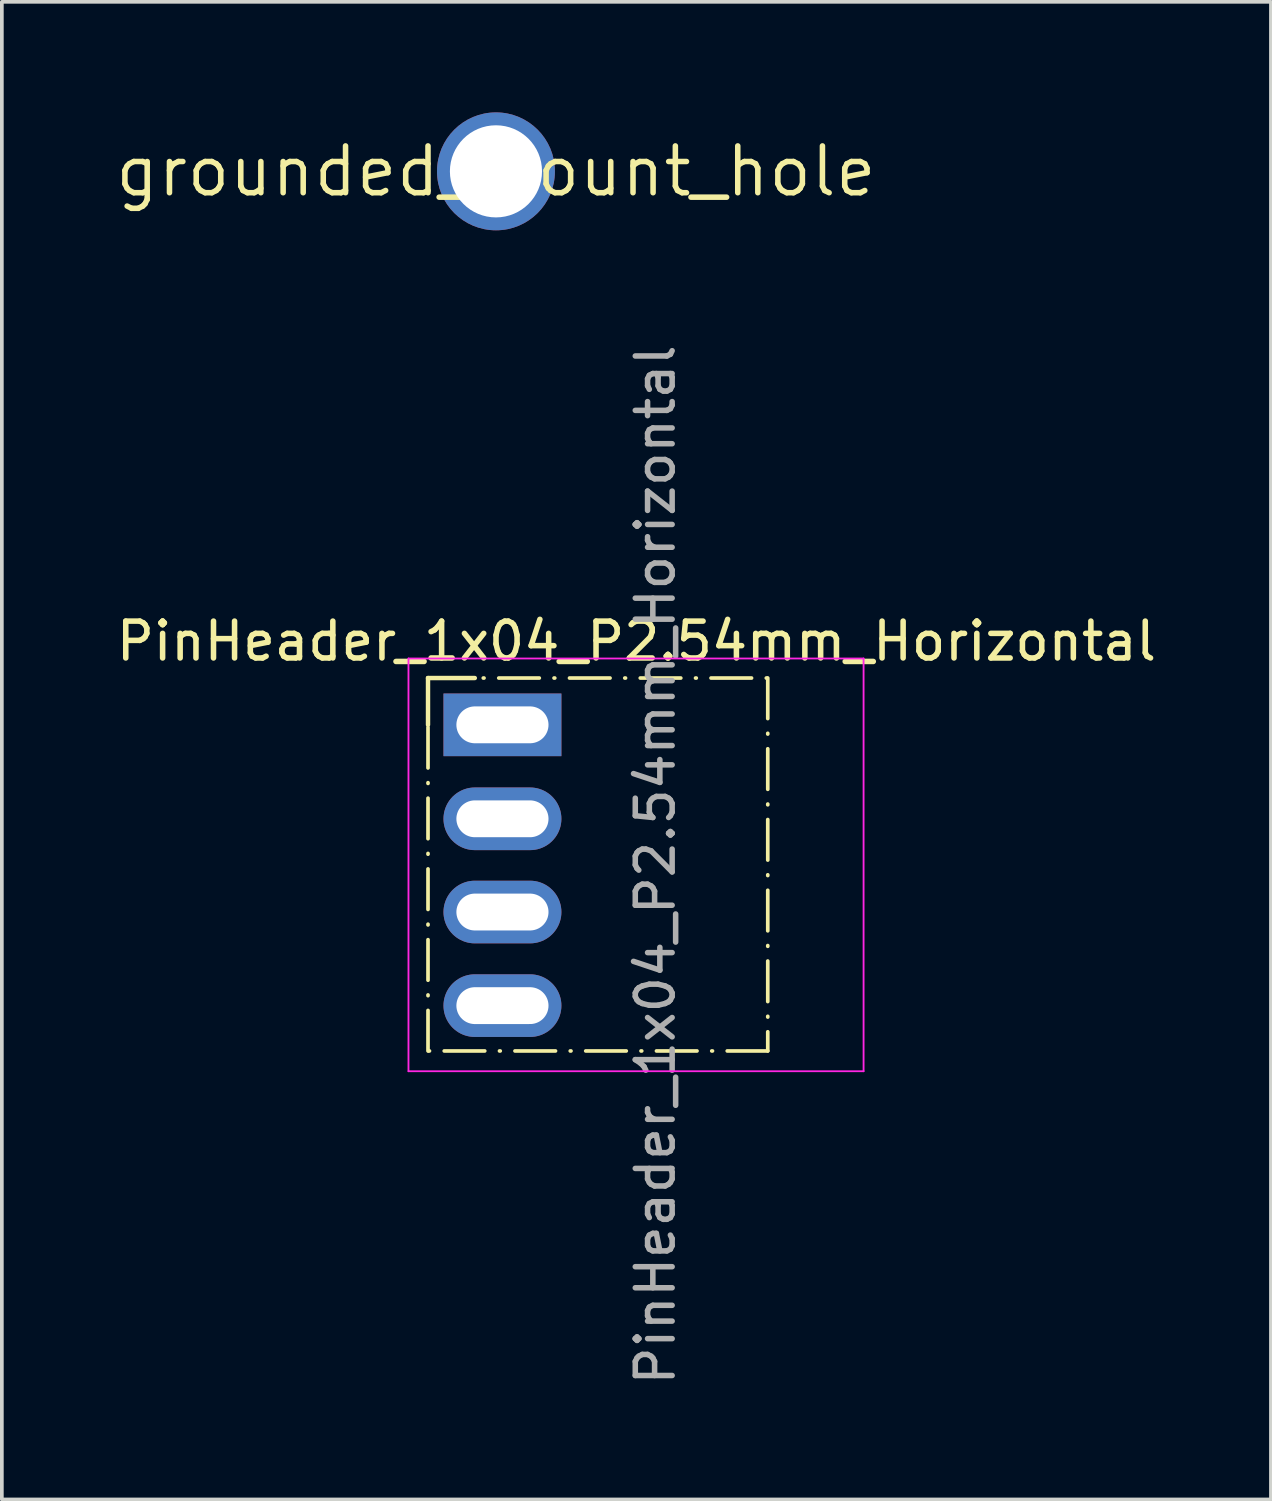
<source format=kicad_pcb>
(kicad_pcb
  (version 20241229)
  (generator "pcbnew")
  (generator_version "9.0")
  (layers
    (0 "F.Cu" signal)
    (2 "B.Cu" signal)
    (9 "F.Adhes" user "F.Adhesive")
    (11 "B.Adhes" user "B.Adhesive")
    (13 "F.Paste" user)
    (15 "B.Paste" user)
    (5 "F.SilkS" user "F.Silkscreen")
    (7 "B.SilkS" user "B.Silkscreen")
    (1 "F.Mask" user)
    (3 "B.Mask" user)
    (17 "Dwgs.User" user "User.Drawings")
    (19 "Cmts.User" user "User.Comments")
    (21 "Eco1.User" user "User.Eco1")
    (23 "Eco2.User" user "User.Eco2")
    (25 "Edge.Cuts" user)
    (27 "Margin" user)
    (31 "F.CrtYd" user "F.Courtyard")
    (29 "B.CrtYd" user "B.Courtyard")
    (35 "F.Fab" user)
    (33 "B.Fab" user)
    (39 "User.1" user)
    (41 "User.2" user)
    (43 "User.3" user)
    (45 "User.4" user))
  (footprint "PinHeader_1x04_P2.54mm_Horizontal"
    (layer "F.Cu")
    (at 9.835 16.62)
    (property "Reference" "PinHeader_1x04_P2.54mm_Horizontal" (at 4.385 -2.27 180) (layer "F.SilkS") (effects (font (size 1 1) (thickness 0.15))))
    (attr through_hole exclude_from_bom)
    (fp_line (start -1.27 -1.27) (end 0 -1.27) (stroke (width 0.12) (type solid)) (layer "F.SilkS"))
    (fp_line (start -1.27 0) (end -1.27 -1.27) (stroke (width 0.12) (type solid)) (layer "F.SilkS"))
    (fp_rect (start -1.27 -1.27) (end 7.95 8.85) (stroke (width 0.1) (type dash_dot)) (fill no) (layer "F.SilkS"))
    (fp_line (start -1.8 -1.8) (end -1.8 9.4) (stroke (width 0.05) (type solid)) (layer "F.CrtYd"))
    (fp_line (start -1.8 9.4) (end 10.55 9.4) (stroke (width 0.05) (type solid)) (layer "F.CrtYd"))
    (fp_line (start 10.55 -1.8) (end -1.8 -1.8) (stroke (width 0.05) (type solid)) (layer "F.CrtYd"))
    (fp_line (start 10.55 9.4) (end 10.55 -1.8) (stroke (width 0.05) (type solid)) (layer "F.CrtYd"))
    (fp_text user "${REFERENCE}" (at 4.9 3.8 270) (layer "F.Fab") (effects (font (size 1 1) (thickness 0.15))))
    (pad "1" thru_hole rect (at 0.75 0) (size 3.2 1.7) (drill oval 2.5 1) (layers "*.Cu" "*.Mask"))
    (pad "2" thru_hole oval (at 0.75 2.55) (size 3.2 1.7) (drill oval 2.5 1) (layers "*.Cu" "*.Mask"))
    (pad "3" thru_hole oval (at 0.75 5.08) (size 3.2 1.7) (drill oval 2.5 1) (layers "*.Cu" "*.Mask"))
    (pad "4" thru_hole oval (at 0.75 7.62) (size 3.2 1.7) (drill oval 2.5 1) (layers "*.Cu" "*.Mask")))
  (footprint "grounded_mount_hole"
    (layer "F.Cu")
    (at 10.409 1.6)
    (property "Reference" "grounded_mount_hole" (at 0 0 0) (layer "F.SilkS") (effects (font (size 1.27 1.27) (thickness 0.15))))
    (attr through_hole board_only exclude_from_bom)
    (pad "SH2" thru_hole circle (at 0 0 270) (size 3.2 3.2) (drill 2.5) (layers "*.Cu" "*.Mask")))
  (gr_rect
    (start -3 -3)
    (end 31.44 37.64)
    (stroke (width 0.1) (type default))
    (fill no)
    (layer "Edge.Cuts")))
</source>
